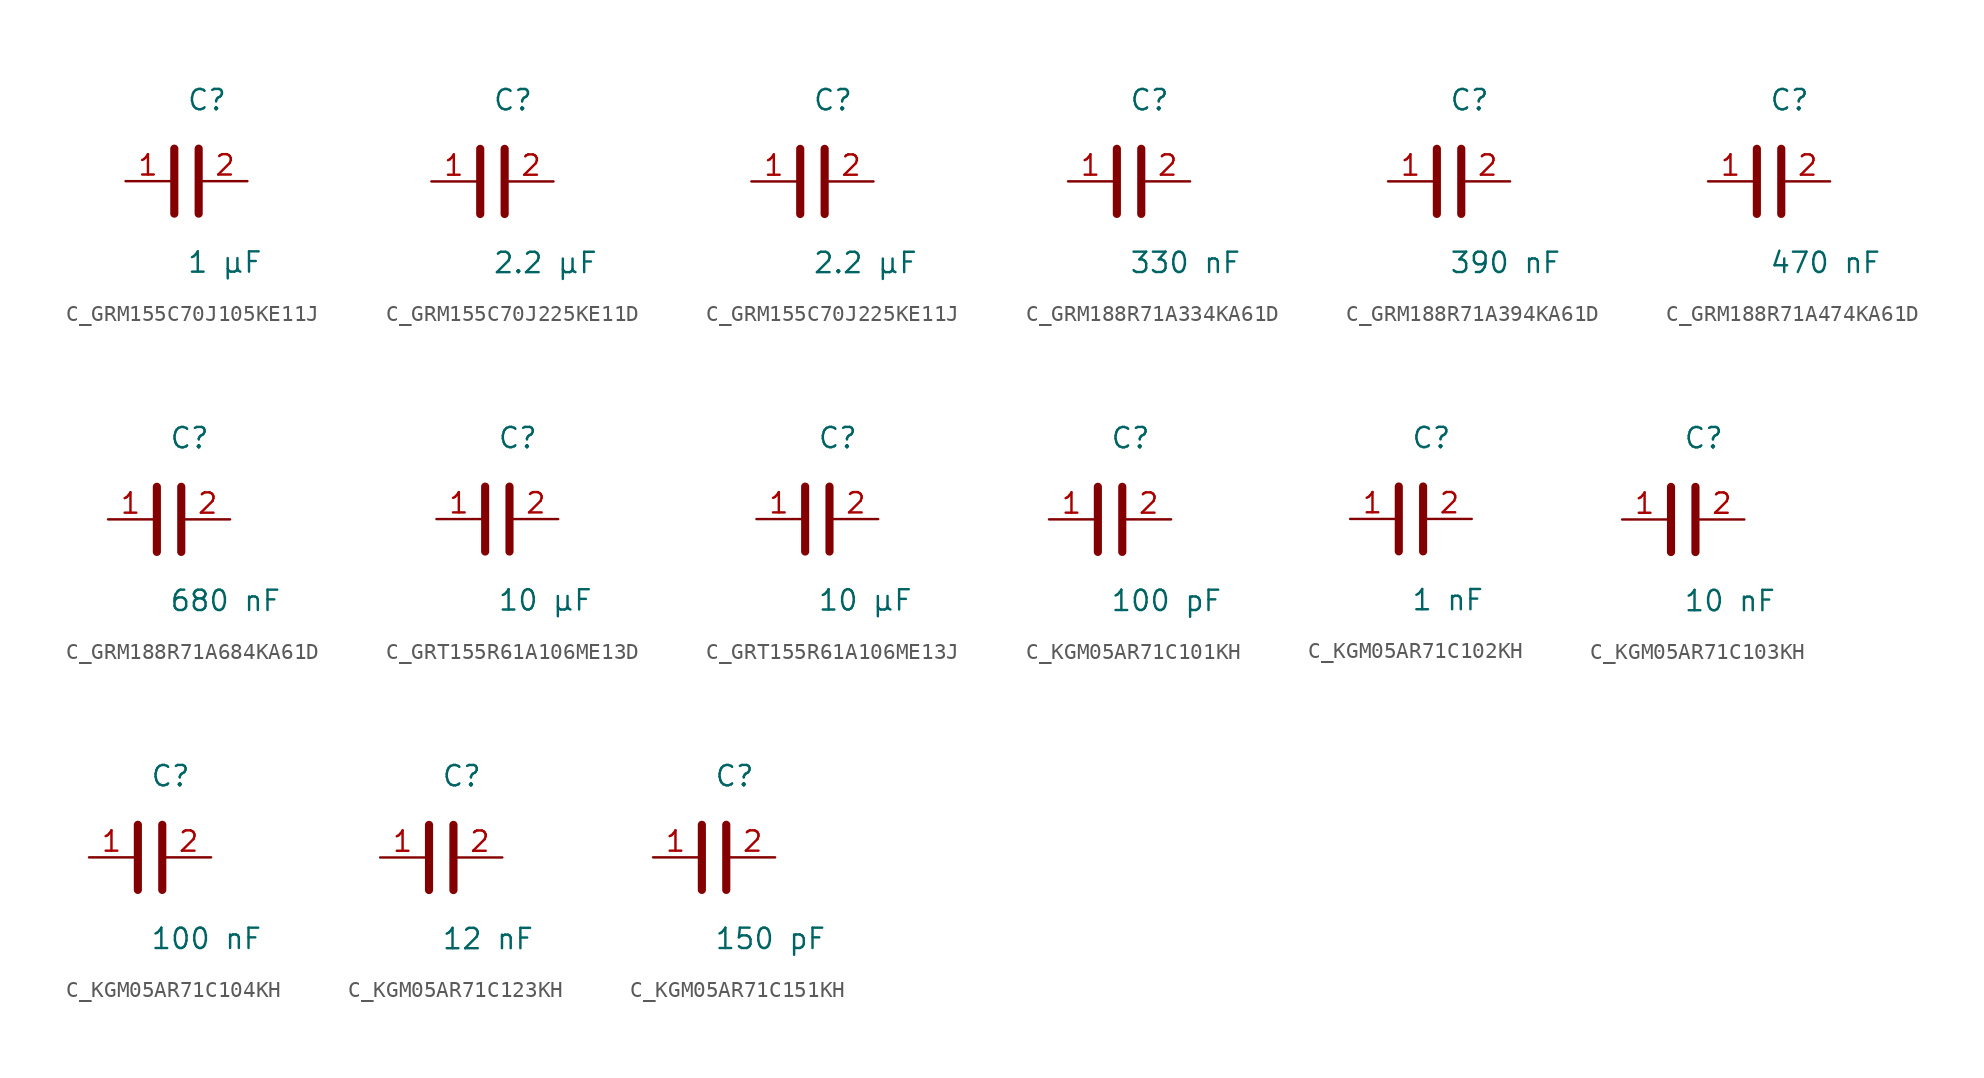
<source format=kicad_sym>
(kicad_symbol_lib
  (version 20231120)
  (generator kicad_symbol_editor)
  (generator_version 8.0)
  (symbol "C_GRM155C70J105KE11J"
    (pin_names
      (offset 0.254))
    (property "Reference" "C"
      (at 0.0 5.08 0)
      (effects (font (size 1.27 1.27)) (justify left)))
    (property "Value" "1 µF"
      (at 0.0 -5.08 0)
      (effects (font (size 1.27 1.27)) (justify left)))
    (symbol "C_GRM155C70J105KE11J_0_1"
      (polyline (pts (xy -0.762 -2.032) (xy -0.762 2.032)) (stroke (width 0.508) (type default)) (fill (type none)))
      (polyline (pts (xy 0.762 -2.032) (xy 0.762 2.032)) (stroke (width 0.508) (type default)) (fill (type none))))
    (pin unspecified line
      (at -3.81 0 0)
      (length 2.8)
      (name "" (effects (font (size 1.27 1.27))))
      (number "1" (effects (font (size 1.27 1.27)))))
    (pin unspecified line
      (at 3.81 0 180)
      (length 2.8)
      (name "" (effects (font (size 1.27 1.27))))
      (number "2" (effects (font (size 1.27 1.27))))))
  (symbol "C_GRM155C70J225KE11D"
    (pin_names
      (offset 0.254))
    (property "Reference" "C"
      (at 0.0 5.08 0)
      (effects (font (size 1.27 1.27)) (justify left)))
    (property "Value" "2.2 µF"
      (at 0.0 -5.08 0)
      (effects (font (size 1.27 1.27)) (justify left)))
    (symbol "C_GRM155C70J225KE11D_0_1"
      (polyline (pts (xy -0.762 -2.032) (xy -0.762 2.032)) (stroke (width 0.508) (type default)) (fill (type none)))
      (polyline (pts (xy 0.762 -2.032) (xy 0.762 2.032)) (stroke (width 0.508) (type default)) (fill (type none))))
    (pin unspecified line
      (at -3.81 0 0)
      (length 2.8)
      (name "" (effects (font (size 1.27 1.27))))
      (number "1" (effects (font (size 1.27 1.27)))))
    (pin unspecified line
      (at 3.81 0 180)
      (length 2.8)
      (name "" (effects (font (size 1.27 1.27))))
      (number "2" (effects (font (size 1.27 1.27))))))
  (symbol "C_GRM155C70J225KE11J"
    (pin_names
      (offset 0.254))
    (property "Reference" "C"
      (at 0.0 5.08 0)
      (effects (font (size 1.27 1.27)) (justify left)))
    (property "Value" "2.2 µF"
      (at 0.0 -5.08 0)
      (effects (font (size 1.27 1.27)) (justify left)))
    (symbol "C_GRM155C70J225KE11J_0_1"
      (polyline (pts (xy -0.762 -2.032) (xy -0.762 2.032)) (stroke (width 0.508) (type default)) (fill (type none)))
      (polyline (pts (xy 0.762 -2.032) (xy 0.762 2.032)) (stroke (width 0.508) (type default)) (fill (type none))))
    (pin unspecified line
      (at -3.81 0 0)
      (length 2.8)
      (name "" (effects (font (size 1.27 1.27))))
      (number "1" (effects (font (size 1.27 1.27)))))
    (pin unspecified line
      (at 3.81 0 180)
      (length 2.8)
      (name "" (effects (font (size 1.27 1.27))))
      (number "2" (effects (font (size 1.27 1.27))))))
  (symbol "C_GRM188R71A334KA61D"
    (pin_names
      (offset 0.254))
    (property "Reference" "C"
      (at 0.0 5.08 0)
      (effects (font (size 1.27 1.27)) (justify left)))
    (property "Value" "330 nF"
      (at 0.0 -5.08 0)
      (effects (font (size 1.27 1.27)) (justify left)))
    (symbol "C_GRM188R71A334KA61D_0_1"
      (polyline (pts (xy -0.762 -2.032) (xy -0.762 2.032)) (stroke (width 0.508) (type default)) (fill (type none)))
      (polyline (pts (xy 0.762 -2.032) (xy 0.762 2.032)) (stroke (width 0.508) (type default)) (fill (type none))))
    (pin unspecified line
      (at -3.81 0 0)
      (length 2.8)
      (name "" (effects (font (size 1.27 1.27))))
      (number "1" (effects (font (size 1.27 1.27)))))
    (pin unspecified line
      (at 3.81 0 180)
      (length 2.8)
      (name "" (effects (font (size 1.27 1.27))))
      (number "2" (effects (font (size 1.27 1.27))))))
  (symbol "C_GRM188R71A394KA61D"
    (pin_names
      (offset 0.254))
    (property "Reference" "C"
      (at 0.0 5.08 0)
      (effects (font (size 1.27 1.27)) (justify left)))
    (property "Value" "390 nF"
      (at 0.0 -5.08 0)
      (effects (font (size 1.27 1.27)) (justify left)))
    (symbol "C_GRM188R71A394KA61D_0_1"
      (polyline (pts (xy -0.762 -2.032) (xy -0.762 2.032)) (stroke (width 0.508) (type default)) (fill (type none)))
      (polyline (pts (xy 0.762 -2.032) (xy 0.762 2.032)) (stroke (width 0.508) (type default)) (fill (type none))))
    (pin unspecified line
      (at -3.81 0 0)
      (length 2.8)
      (name "" (effects (font (size 1.27 1.27))))
      (number "1" (effects (font (size 1.27 1.27)))))
    (pin unspecified line
      (at 3.81 0 180)
      (length 2.8)
      (name "" (effects (font (size 1.27 1.27))))
      (number "2" (effects (font (size 1.27 1.27))))))
  (symbol "C_GRM188R71A474KA61D"
    (pin_names
      (offset 0.254))
    (property "Reference" "C"
      (at 0.0 5.08 0)
      (effects (font (size 1.27 1.27)) (justify left)))
    (property "Value" "470 nF"
      (at 0.0 -5.08 0)
      (effects (font (size 1.27 1.27)) (justify left)))
    (symbol "C_GRM188R71A474KA61D_0_1"
      (polyline (pts (xy -0.762 -2.032) (xy -0.762 2.032)) (stroke (width 0.508) (type default)) (fill (type none)))
      (polyline (pts (xy 0.762 -2.032) (xy 0.762 2.032)) (stroke (width 0.508) (type default)) (fill (type none))))
    (pin unspecified line
      (at -3.81 0 0)
      (length 2.8)
      (name "" (effects (font (size 1.27 1.27))))
      (number "1" (effects (font (size 1.27 1.27)))))
    (pin unspecified line
      (at 3.81 0 180)
      (length 2.8)
      (name "" (effects (font (size 1.27 1.27))))
      (number "2" (effects (font (size 1.27 1.27))))))
  (symbol "C_GRM188R71A684KA61D"
    (pin_names
      (offset 0.254))
    (property "Reference" "C"
      (at 0.0 5.08 0)
      (effects (font (size 1.27 1.27)) (justify left)))
    (property "Value" "680 nF"
      (at 0.0 -5.08 0)
      (effects (font (size 1.27 1.27)) (justify left)))
    (symbol "C_GRM188R71A684KA61D_0_1"
      (polyline (pts (xy -0.762 -2.032) (xy -0.762 2.032)) (stroke (width 0.508) (type default)) (fill (type none)))
      (polyline (pts (xy 0.762 -2.032) (xy 0.762 2.032)) (stroke (width 0.508) (type default)) (fill (type none))))
    (pin unspecified line
      (at -3.81 0 0)
      (length 2.8)
      (name "" (effects (font (size 1.27 1.27))))
      (number "1" (effects (font (size 1.27 1.27)))))
    (pin unspecified line
      (at 3.81 0 180)
      (length 2.8)
      (name "" (effects (font (size 1.27 1.27))))
      (number "2" (effects (font (size 1.27 1.27))))))
  (symbol "C_GRT155R61A106ME13D"
    (pin_names
      (offset 0.254))
    (property "Reference" "C"
      (at 0.0 5.08 0)
      (effects (font (size 1.27 1.27)) (justify left)))
    (property "Value" "10 µF"
      (at 0.0 -5.08 0)
      (effects (font (size 1.27 1.27)) (justify left)))
    (symbol "C_GRT155R61A106ME13D_0_1"
      (polyline (pts (xy -0.762 -2.032) (xy -0.762 2.032)) (stroke (width 0.508) (type default)) (fill (type none)))
      (polyline (pts (xy 0.762 -2.032) (xy 0.762 2.032)) (stroke (width 0.508) (type default)) (fill (type none))))
    (pin unspecified line
      (at -3.81 0 0)
      (length 2.8)
      (name "" (effects (font (size 1.27 1.27))))
      (number "1" (effects (font (size 1.27 1.27)))))
    (pin unspecified line
      (at 3.81 0 180)
      (length 2.8)
      (name "" (effects (font (size 1.27 1.27))))
      (number "2" (effects (font (size 1.27 1.27))))))
  (symbol "C_GRT155R61A106ME13J"
    (pin_names
      (offset 0.254))
    (property "Reference" "C"
      (at 0.0 5.08 0)
      (effects (font (size 1.27 1.27)) (justify left)))
    (property "Value" "10 µF"
      (at 0.0 -5.08 0)
      (effects (font (size 1.27 1.27)) (justify left)))
    (symbol "C_GRT155R61A106ME13J_0_1"
      (polyline (pts (xy -0.762 -2.032) (xy -0.762 2.032)) (stroke (width 0.508) (type default)) (fill (type none)))
      (polyline (pts (xy 0.762 -2.032) (xy 0.762 2.032)) (stroke (width 0.508) (type default)) (fill (type none))))
    (pin unspecified line
      (at -3.81 0 0)
      (length 2.8)
      (name "" (effects (font (size 1.27 1.27))))
      (number "1" (effects (font (size 1.27 1.27)))))
    (pin unspecified line
      (at 3.81 0 180)
      (length 2.8)
      (name "" (effects (font (size 1.27 1.27))))
      (number "2" (effects (font (size 1.27 1.27))))))
  (symbol "C_KGM05AR71C101KH"
    (pin_names
      (offset 0.254))
    (property "Reference" "C"
      (at 0.0 5.08 0)
      (effects (font (size 1.27 1.27)) (justify left)))
    (property "Value" "100 pF"
      (at 0.0 -5.08 0)
      (effects (font (size 1.27 1.27)) (justify left)))
    (symbol "C_KGM05AR71C101KH_0_1"
      (polyline (pts (xy -0.762 -2.032) (xy -0.762 2.032)) (stroke (width 0.508) (type default)) (fill (type none)))
      (polyline (pts (xy 0.762 -2.032) (xy 0.762 2.032)) (stroke (width 0.508) (type default)) (fill (type none))))
    (pin unspecified line
      (at -3.81 0 0)
      (length 2.8)
      (name "" (effects (font (size 1.27 1.27))))
      (number "1" (effects (font (size 1.27 1.27)))))
    (pin unspecified line
      (at 3.81 0 180)
      (length 2.8)
      (name "" (effects (font (size 1.27 1.27))))
      (number "2" (effects (font (size 1.27 1.27))))))
  (symbol "C_KGM05AR71C102KH"
    (pin_names
      (offset 0.254))
    (property "Reference" "C"
      (at 0.0 5.08 0)
      (effects (font (size 1.27 1.27)) (justify left)))
    (property "Value" "1 nF"
      (at 0.0 -5.08 0)
      (effects (font (size 1.27 1.27)) (justify left)))
    (symbol "C_KGM05AR71C102KH_0_1"
      (polyline (pts (xy -0.762 -2.032) (xy -0.762 2.032)) (stroke (width 0.508) (type default)) (fill (type none)))
      (polyline (pts (xy 0.762 -2.032) (xy 0.762 2.032)) (stroke (width 0.508) (type default)) (fill (type none))))
    (pin unspecified line
      (at -3.81 0 0)
      (length 2.8)
      (name "" (effects (font (size 1.27 1.27))))
      (number "1" (effects (font (size 1.27 1.27)))))
    (pin unspecified line
      (at 3.81 0 180)
      (length 2.8)
      (name "" (effects (font (size 1.27 1.27))))
      (number "2" (effects (font (size 1.27 1.27))))))
  (symbol "C_KGM05AR71C103KH"
    (pin_names
      (offset 0.254))
    (property "Reference" "C"
      (at 0.0 5.08 0)
      (effects (font (size 1.27 1.27)) (justify left)))
    (property "Value" "10 nF"
      (at 0.0 -5.08 0)
      (effects (font (size 1.27 1.27)) (justify left)))
    (symbol "C_KGM05AR71C103KH_0_1"
      (polyline (pts (xy -0.762 -2.032) (xy -0.762 2.032)) (stroke (width 0.508) (type default)) (fill (type none)))
      (polyline (pts (xy 0.762 -2.032) (xy 0.762 2.032)) (stroke (width 0.508) (type default)) (fill (type none))))
    (pin unspecified line
      (at -3.81 0 0)
      (length 2.8)
      (name "" (effects (font (size 1.27 1.27))))
      (number "1" (effects (font (size 1.27 1.27)))))
    (pin unspecified line
      (at 3.81 0 180)
      (length 2.8)
      (name "" (effects (font (size 1.27 1.27))))
      (number "2" (effects (font (size 1.27 1.27))))))
  (symbol "C_KGM05AR71C104KH"
    (pin_names
      (offset 0.254))
    (property "Reference" "C"
      (at 0.0 5.08 0)
      (effects (font (size 1.27 1.27)) (justify left)))
    (property "Value" "100 nF"
      (at 0.0 -5.08 0)
      (effects (font (size 1.27 1.27)) (justify left)))
    (symbol "C_KGM05AR71C104KH_0_1"
      (polyline (pts (xy -0.762 -2.032) (xy -0.762 2.032)) (stroke (width 0.508) (type default)) (fill (type none)))
      (polyline (pts (xy 0.762 -2.032) (xy 0.762 2.032)) (stroke (width 0.508) (type default)) (fill (type none))))
    (pin unspecified line
      (at -3.81 0 0)
      (length 2.8)
      (name "" (effects (font (size 1.27 1.27))))
      (number "1" (effects (font (size 1.27 1.27)))))
    (pin unspecified line
      (at 3.81 0 180)
      (length 2.8)
      (name "" (effects (font (size 1.27 1.27))))
      (number "2" (effects (font (size 1.27 1.27))))))
  (symbol "C_KGM05AR71C123KH"
    (pin_names
      (offset 0.254))
    (property "Reference" "C"
      (at 0.0 5.08 0)
      (effects (font (size 1.27 1.27)) (justify left)))
    (property "Value" "12 nF"
      (at 0.0 -5.08 0)
      (effects (font (size 1.27 1.27)) (justify left)))
    (symbol "C_KGM05AR71C123KH_0_1"
      (polyline (pts (xy -0.762 -2.032) (xy -0.762 2.032)) (stroke (width 0.508) (type default)) (fill (type none)))
      (polyline (pts (xy 0.762 -2.032) (xy 0.762 2.032)) (stroke (width 0.508) (type default)) (fill (type none))))
    (pin unspecified line
      (at -3.81 0 0)
      (length 2.8)
      (name "" (effects (font (size 1.27 1.27))))
      (number "1" (effects (font (size 1.27 1.27)))))
    (pin unspecified line
      (at 3.81 0 180)
      (length 2.8)
      (name "" (effects (font (size 1.27 1.27))))
      (number "2" (effects (font (size 1.27 1.27))))))
  (symbol "C_KGM05AR71C151KH"
    (pin_names
      (offset 0.254))
    (property "Reference" "C"
      (at 0.0 5.08 0)
      (effects (font (size 1.27 1.27)) (justify left)))
    (property "Value" "150 pF"
      (at 0.0 -5.08 0)
      (effects (font (size 1.27 1.27)) (justify left)))
    (symbol "C_KGM05AR71C151KH_0_1"
      (polyline (pts (xy -0.762 -2.032) (xy -0.762 2.032)) (stroke (width 0.508) (type default)) (fill (type none)))
      (polyline (pts (xy 0.762 -2.032) (xy 0.762 2.032)) (stroke (width 0.508) (type default)) (fill (type none))))
    (pin unspecified line
      (at -3.81 0 0)
      (length 2.8)
      (name "" (effects (font (size 1.27 1.27))))
      (number "1" (effects (font (size 1.27 1.27)))))
    (pin unspecified line
      (at 3.81 0 180)
      (length 2.8)
      (name "" (effects (font (size 1.27 1.27))))
      (number "2" (effects (font (size 1.27 1.27)))))))
</source>
